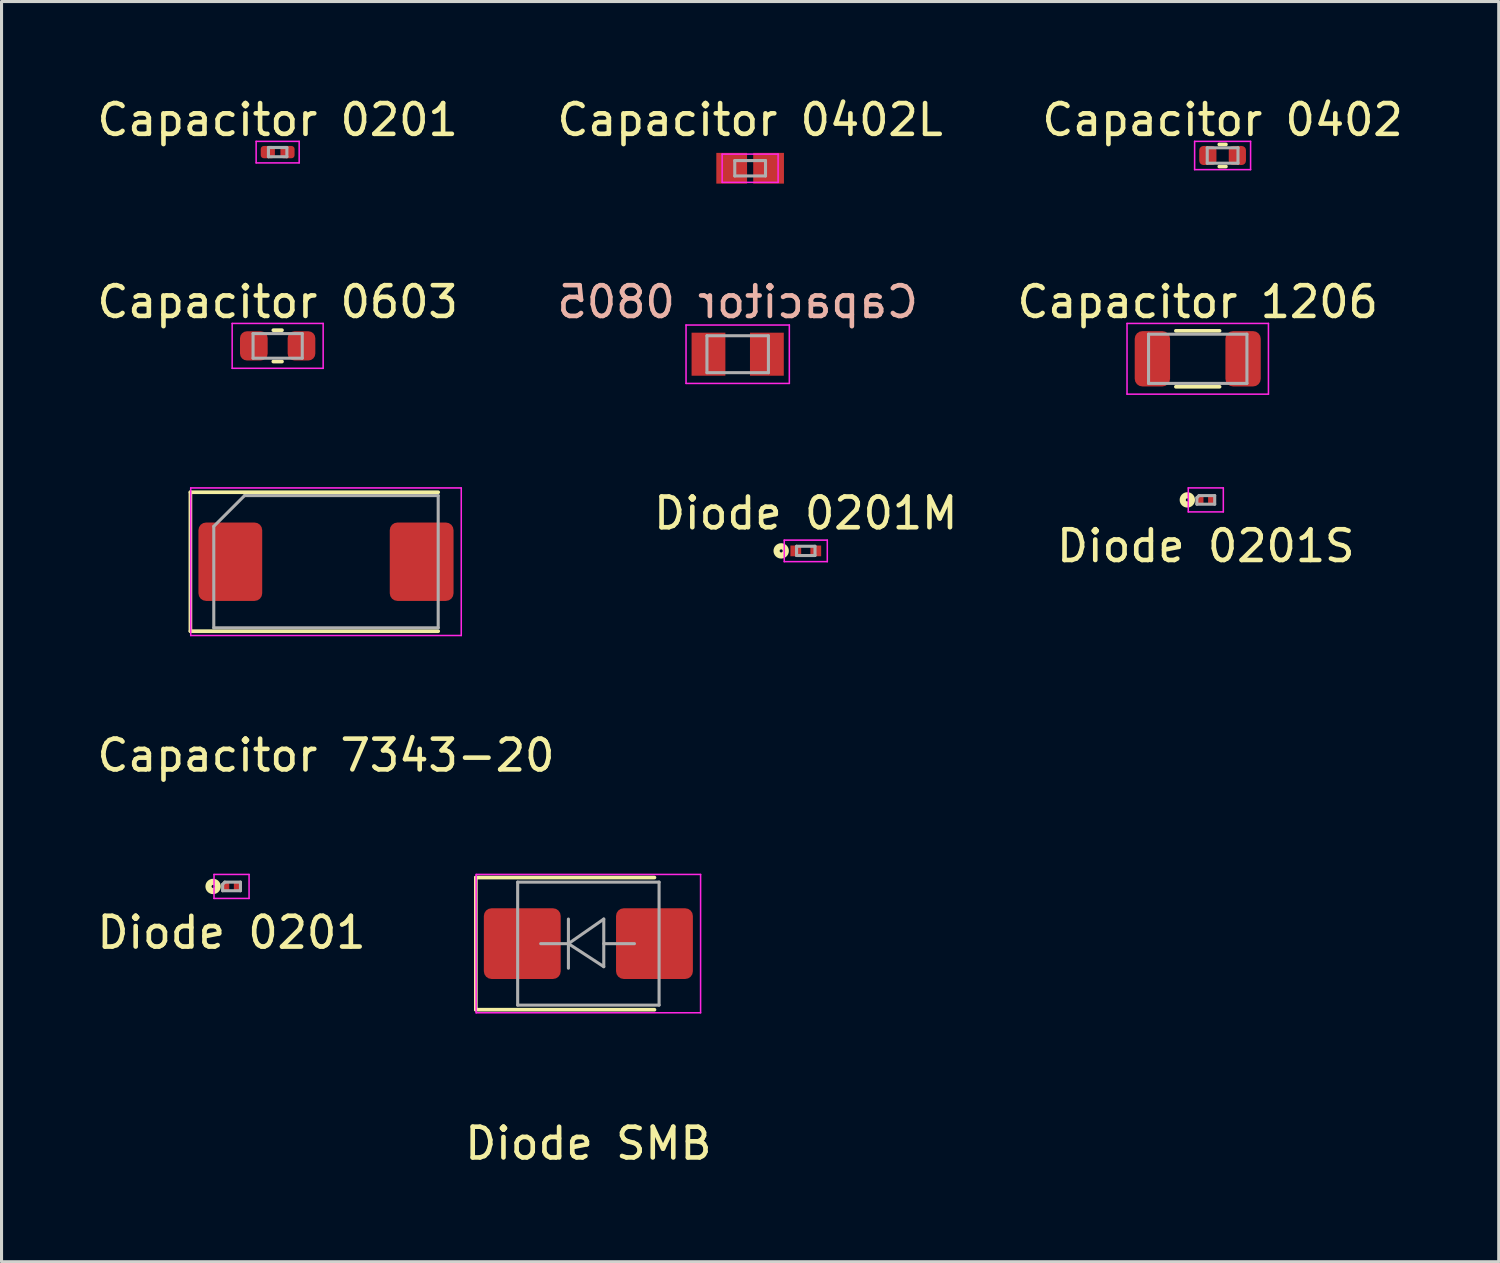
<source format=kicad_pcb>
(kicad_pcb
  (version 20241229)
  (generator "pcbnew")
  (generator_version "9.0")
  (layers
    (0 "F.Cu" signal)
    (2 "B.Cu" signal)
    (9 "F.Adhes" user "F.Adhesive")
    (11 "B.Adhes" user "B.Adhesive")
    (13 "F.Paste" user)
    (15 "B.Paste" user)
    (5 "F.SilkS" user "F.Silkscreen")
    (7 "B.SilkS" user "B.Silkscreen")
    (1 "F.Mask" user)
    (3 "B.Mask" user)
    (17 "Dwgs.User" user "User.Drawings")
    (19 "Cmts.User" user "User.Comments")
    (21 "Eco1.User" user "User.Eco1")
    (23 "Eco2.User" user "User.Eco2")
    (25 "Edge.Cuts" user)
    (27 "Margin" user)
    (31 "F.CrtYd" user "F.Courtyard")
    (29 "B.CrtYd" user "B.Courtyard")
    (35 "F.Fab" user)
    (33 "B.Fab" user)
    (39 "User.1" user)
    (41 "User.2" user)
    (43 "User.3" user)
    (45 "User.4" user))
  (footprint "Capacitor 7343-20"
    (layer "F.Cu")
    (at 7.554 15.222)
    (property "Reference" "Capacitor 7343-20" (at 0 6.3 0) (layer "F.SilkS") (effects (font (size 1 1) (thickness 0.15))))
    (attr smd)
    (fp_line (start -4.41 -2.26) (end -4.41 2.26) (stroke (width 0.12) (type solid)) (layer "F.SilkS"))
    (fp_line (start -4.41 2.26) (end 3.65 2.26) (stroke (width 0.12) (type solid)) (layer "F.SilkS"))
    (fp_line (start 3.65 -2.26) (end -4.41 -2.26) (stroke (width 0.12) (type solid)) (layer "F.SilkS"))
    (fp_line (start -4.4 -2.4) (end 4.4 -2.4) (stroke (width 0.05) (type solid)) (layer "F.CrtYd"))
    (fp_line (start -4.4 2.4) (end -4.4 -2.4) (stroke (width 0.05) (type solid)) (layer "F.CrtYd"))
    (fp_line (start 4.4 -2.4) (end 4.4 2.4) (stroke (width 0.05) (type solid)) (layer "F.CrtYd"))
    (fp_line (start 4.4 2.4) (end -4.4 2.4) (stroke (width 0.05) (type solid)) (layer "F.CrtYd"))
    (fp_line (start -3.65 -1.15) (end -3.65 2.15) (stroke (width 0.1) (type solid)) (layer "F.Fab"))
    (fp_line (start -3.65 2.15) (end 3.65 2.15) (stroke (width 0.1) (type solid)) (layer "F.Fab"))
    (fp_line (start -2.65 -2.15) (end -3.65 -1.15) (stroke (width 0.1) (type solid)) (layer "F.Fab"))
    (fp_line (start 3.65 -2.15) (end -2.65 -2.15) (stroke (width 0.1) (type solid)) (layer "F.Fab"))
    (fp_line (start 3.65 2.15) (end 3.65 -2.15) (stroke (width 0.1) (type solid)) (layer "F.Fab"))
    (pad "1" smd roundrect (at -3.112 0) (size 2.075 2.55) (layers "F.Cu" "F.Mask" "F.Paste") (roundrect_rratio 0.12))
    (pad "2" smd roundrect (at 3.112 0) (size 2.075 2.55) (layers "F.Cu" "F.Mask" "F.Paste") (roundrect_rratio 0.12)))
  (footprint "Diode 0201S"
    (layer "F.Cu")
    (at 36.173 13.211)
    (property "Reference" "Diode 0201S" (at 0 1.5 0) (layer "F.SilkS") (effects (font (size 1 1) (thickness 0.15))))
    (attr smd)
    (fp_circle (center -0.6 0) (end -0.55 0) (stroke (width 0.2) (type default)) (fill no) (layer "F.SilkS"))
    (fp_line (start -0.57 -0.39) (end -0.57 0.39) (stroke (width 0.05) (type solid)) (layer "F.CrtYd"))
    (fp_line (start -0.57 0.39) (end 0.57 0.39) (stroke (width 0.05) (type solid)) (layer "F.CrtYd"))
    (fp_line (start 0.57 -0.39) (end -0.57 -0.39) (stroke (width 0.05) (type solid)) (layer "F.CrtYd"))
    (fp_line (start 0.57 0.39) (end 0.57 -0.39) (stroke (width 0.05) (type solid)) (layer "F.CrtYd"))
    (fp_line (start -0.29 -0.07) (end -0.22 -0.14) (stroke (width 0.1) (type solid)) (layer "F.Fab"))
    (fp_line (start -0.29 0.14) (end -0.29 -0.07) (stroke (width 0.1) (type solid)) (layer "F.Fab"))
    (fp_line (start -0.22 -0.14) (end 0.29 -0.14) (stroke (width 0.1) (type solid)) (layer "F.Fab"))
    (fp_line (start 0.29 -0.14) (end 0.29 0.14) (stroke (width 0.1) (type solid)) (layer "F.Fab"))
    (fp_line (start 0.29 0.14) (end -0.29 0.14) (stroke (width 0.1) (type solid)) (layer "F.Fab"))
    (pad "" smd roundrect (at -0.185 0) (size 0.21 0.29) (layers "F.Paste") (roundrect_rratio 0.476))
    (pad "" smd roundrect (at 0.185 0) (size 0.21 0.29) (layers "F.Paste") (roundrect_rratio 0.476))
    (pad "1" smd roundrect (at -0.185 0) (size 0.22 0.3) (layers "F.Cu" "F.Mask") (roundrect_rratio 0.25))
    (pad "2" smd roundrect (at 0.185 0) (size 0.22 0.3) (layers "F.Cu" "F.Mask") (roundrect_rratio 0.25)))
  (footprint "Capacitor 0201"
    (layer "F.Cu")
    (at 5.982 1.898)
    (property "Reference" "Capacitor 0201" (at 0 -1.05 0) (layer "F.SilkS") (effects (font (size 1 1) (thickness 0.15))))
    (attr smd)
    (fp_line (start -0.7 -0.35) (end 0.7 -0.35) (stroke (width 0.05) (type solid)) (layer "F.CrtYd"))
    (fp_line (start -0.7 0.35) (end -0.7 -0.35) (stroke (width 0.05) (type solid)) (layer "F.CrtYd"))
    (fp_line (start 0.7 -0.35) (end 0.7 0.35) (stroke (width 0.05) (type solid)) (layer "F.CrtYd"))
    (fp_line (start 0.7 0.35) (end -0.7 0.35) (stroke (width 0.05) (type solid)) (layer "F.CrtYd"))
    (fp_line (start -0.3 -0.15) (end 0.3 -0.15) (stroke (width 0.1) (type solid)) (layer "F.Fab"))
    (fp_line (start -0.3 0.15) (end -0.3 -0.15) (stroke (width 0.1) (type solid)) (layer "F.Fab"))
    (fp_line (start 0.3 -0.15) (end 0.3 0.15) (stroke (width 0.1) (type solid)) (layer "F.Fab"))
    (fp_line (start 0.3 0.15) (end -0.3 0.15) (stroke (width 0.1) (type solid)) (layer "F.Fab"))
    (pad "" smd roundrect (at -0.345 0) (size 0.318 0.36) (layers "F.Paste") (roundrect_rratio 0.25))
    (pad "" smd roundrect (at 0.345 0) (size 0.318 0.36) (layers "F.Paste") (roundrect_rratio 0.25))
    (pad "1" smd roundrect (at -0.32 0) (size 0.46 0.4) (layers "F.Cu" "F.Mask") (roundrect_rratio 0.25))
    (pad "2" smd roundrect (at 0.32 0) (size 0.46 0.4) (layers "F.Cu" "F.Mask") (roundrect_rratio 0.25)))
  (footprint "Capacitor 0603"
    (layer "F.Cu")
    (at 5.982 8.201)
    (property "Reference" "Capacitor 0603" (at 0 -1.43 0) (layer "F.SilkS") (effects (font (size 1 1) (thickness 0.15))))
    (attr smd)
    (fp_line (start -0.141 -0.51) (end 0.141 -0.51) (stroke (width 0.12) (type solid)) (layer "F.SilkS"))
    (fp_line (start -0.141 0.51) (end 0.141 0.51) (stroke (width 0.12) (type solid)) (layer "F.SilkS"))
    (fp_line (start -1.48 -0.73) (end 1.48 -0.73) (stroke (width 0.05) (type solid)) (layer "F.CrtYd"))
    (fp_line (start -1.48 0.73) (end -1.48 -0.73) (stroke (width 0.05) (type solid)) (layer "F.CrtYd"))
    (fp_line (start 1.48 -0.73) (end 1.48 0.73) (stroke (width 0.05) (type solid)) (layer "F.CrtYd"))
    (fp_line (start 1.48 0.73) (end -1.48 0.73) (stroke (width 0.05) (type solid)) (layer "F.CrtYd"))
    (fp_line (start -0.8 -0.4) (end 0.8 -0.4) (stroke (width 0.1) (type solid)) (layer "F.Fab"))
    (fp_line (start -0.8 0.4) (end -0.8 -0.4) (stroke (width 0.1) (type solid)) (layer "F.Fab"))
    (fp_line (start 0.8 -0.4) (end 0.8 0.4) (stroke (width 0.1) (type solid)) (layer "F.Fab"))
    (fp_line (start 0.8 0.4) (end -0.8 0.4) (stroke (width 0.1) (type solid)) (layer "F.Fab"))
    (pad "1" smd roundrect (at -0.775 0) (size 0.9 0.95) (layers "F.Cu" "F.Mask" "F.Paste") (roundrect_rratio 0.25))
    (pad "2" smd roundrect (at 0.775 0) (size 0.9 0.95) (layers "F.Cu" "F.Mask" "F.Paste") (roundrect_rratio 0.25)))
  (footprint "Diode 0201M"
    (layer "F.Cu")
    (at 23.161 14.87)
    (property "Reference" "Diode 0201M" (at 0 -1.225 0) (layer "F.SilkS") (effects (font (size 1 1) (thickness 0.15))))
    (attr smd)
    (fp_circle (center -0.8 0) (end -0.75 0) (stroke (width 0.2) (type default)) (fill no) (layer "F.SilkS"))
    (fp_line (start -0.7 -0.35) (end 0.7 -0.35) (stroke (width 0.05) (type solid)) (layer "F.CrtYd"))
    (fp_line (start -0.7 0.35) (end -0.7 -0.35) (stroke (width 0.05) (type solid)) (layer "F.CrtYd"))
    (fp_line (start 0.7 -0.35) (end 0.7 0.35) (stroke (width 0.05) (type solid)) (layer "F.CrtYd"))
    (fp_line (start 0.7 0.35) (end -0.7 0.35) (stroke (width 0.05) (type solid)) (layer "F.CrtYd"))
    (fp_line (start -0.3 -0.15) (end 0.3 -0.15) (stroke (width 0.1) (type solid)) (layer "F.Fab"))
    (fp_line (start -0.3 0.15) (end -0.3 -0.15) (stroke (width 0.1) (type solid)) (layer "F.Fab"))
    (fp_line (start 0.3 -0.15) (end 0.3 0.15) (stroke (width 0.1) (type solid)) (layer "F.Fab"))
    (fp_line (start 0.3 0.15) (end -0.3 0.15) (stroke (width 0.1) (type solid)) (layer "F.Fab"))
    (pad "" smd roundrect (at -0.34 0) (size 0.28 0.32) (layers "F.Paste") (roundrect_rratio 0.1))
    (pad "" smd roundrect (at 0.34 0) (size 0.28 0.32) (layers "F.Paste") (roundrect_rratio 0.1))
    (pad "1" smd rect (at -0.325 0) (size 0.35 0.35) (layers "F.Cu" "F.Mask"))
    (pad "2" smd rect (at 0.325 0) (size 0.35 0.35) (layers "F.Cu" "F.Mask")))
  (footprint "Capacitor 0805"
    (layer "F.Cu")
    (at 20.946 8.472)
    (property "Reference" "Capacitor 0805" (at 0 -1.7 0) (layer "B.SilkS") (effects (font (size 1 1) (thickness 0.15)) (justify mirror)))
    (attr smd)
    (fp_line (start -1.68 -0.95) (end 1.68 -0.95) (stroke (width 0.05) (type solid)) (layer "F.CrtYd"))
    (fp_line (start -1.68 0.95) (end -1.68 -0.95) (stroke (width 0.05) (type solid)) (layer "F.CrtYd"))
    (fp_line (start 1.68 -0.95) (end 1.68 0.95) (stroke (width 0.05) (type solid)) (layer "F.CrtYd"))
    (fp_line (start 1.68 0.95) (end -1.68 0.95) (stroke (width 0.05) (type solid)) (layer "F.CrtYd"))
    (fp_line (start -1 -0.6) (end 1 -0.6) (stroke (width 0.1) (type solid)) (layer "F.Fab"))
    (fp_line (start -1 0.6) (end -1 -0.6) (stroke (width 0.1) (type solid)) (layer "F.Fab"))
    (fp_line (start 1 -0.6) (end 1 0.6) (stroke (width 0.1) (type solid)) (layer "F.Fab"))
    (fp_line (start 1 0.6) (end -1 0.6) (stroke (width 0.1) (type solid)) (layer "F.Fab"))
    (pad "1" smd rect (at -0.95 0) (size 1.1 1.4) (layers "F.Cu" "F.Mask" "F.Paste"))
    (pad "2" smd rect (at 0.95 0) (size 1.1 1.4) (layers "F.Cu" "F.Mask" "F.Paste")))
  (footprint "Diode SMB"
    (layer "F.Cu")
    (at 16.089 27.645)
    (property "Reference" "Diode SMB" (at 0 6.5 0) (layer "F.SilkS") (effects (font (size 1 1) (thickness 0.15))))
    (attr smd)
    (fp_line (start -3.66 -2.15) (end -3.66 2.15) (stroke (width 0.12) (type solid)) (layer "F.SilkS"))
    (fp_line (start -3.66 -2.15) (end 2.15 -2.15) (stroke (width 0.12) (type solid)) (layer "F.SilkS"))
    (fp_line (start -3.66 2.15) (end 2.15 2.15) (stroke (width 0.12) (type solid)) (layer "F.SilkS"))
    (fp_line (start -3.65 -2.25) (end 3.65 -2.25) (stroke (width 0.05) (type solid)) (layer "F.CrtYd"))
    (fp_line (start -3.65 2.25) (end -3.65 -2.25) (stroke (width 0.05) (type solid)) (layer "F.CrtYd"))
    (fp_line (start 3.65 -2.25) (end 3.65 2.25) (stroke (width 0.05) (type solid)) (layer "F.CrtYd"))
    (fp_line (start 3.65 2.25) (end -3.65 2.25) (stroke (width 0.05) (type solid)) (layer "F.CrtYd"))
    (fp_line (start -2.3 2) (end -2.3 -2) (stroke (width 0.1) (type solid)) (layer "F.Fab"))
    (fp_line (start -0.649 -0.799) (end -0.649 0.801) (stroke (width 0.1) (type solid)) (layer "F.Fab"))
    (fp_line (start -0.649 0.001) (end -1.551 0.001) (stroke (width 0.1) (type solid)) (layer "F.Fab"))
    (fp_line (start -0.649 0.001) (end 0.501 -0.799) (stroke (width 0.1) (type solid)) (layer "F.Fab"))
    (fp_line (start -0.649 0.001) (end 0.501 0.75) (stroke (width 0.1) (type solid)) (layer "F.Fab"))
    (fp_line (start 0.501 0.001) (end 1.499 0.001) (stroke (width 0.1) (type solid)) (layer "F.Fab"))
    (fp_line (start 0.501 0.75) (end 0.501 -0.799) (stroke (width 0.1) (type solid)) (layer "F.Fab"))
    (fp_line (start 2.3 -2) (end -2.3 -2) (stroke (width 0.1) (type solid)) (layer "F.Fab"))
    (fp_line (start 2.3 -2) (end 2.3 2) (stroke (width 0.1) (type solid)) (layer "F.Fab"))
    (fp_line (start 2.3 2) (end -2.3 2) (stroke (width 0.1) (type solid)) (layer "F.Fab"))
    (pad "1" smd roundrect (at -2.15 0) (size 2.5 2.3) (layers "F.Cu" "F.Mask" "F.Paste") (roundrect_rratio 0.109))
    (pad "2" smd roundrect (at 2.15 0) (size 2.5 2.3) (layers "F.Cu" "F.Mask" "F.Paste") (roundrect_rratio 0.109)))
  (footprint "Diode 0201"
    (layer "F.Cu")
    (at 4.482 25.785)
    (property "Reference" "Diode 0201" (at 0 1.5 0) (layer "F.SilkS") (effects (font (size 1 1) (thickness 0.15))))
    (attr smd)
    (fp_circle (center -0.6 0) (end -0.55 0) (stroke (width 0.2) (type default)) (fill no) (layer "F.SilkS"))
    (fp_line (start -0.57 -0.39) (end -0.57 0.39) (stroke (width 0.05) (type solid)) (layer "F.CrtYd"))
    (fp_line (start -0.57 0.39) (end 0.57 0.39) (stroke (width 0.05) (type solid)) (layer "F.CrtYd"))
    (fp_line (start 0.57 -0.39) (end -0.57 -0.39) (stroke (width 0.05) (type solid)) (layer "F.CrtYd"))
    (fp_line (start 0.57 0.39) (end 0.57 -0.39) (stroke (width 0.05) (type solid)) (layer "F.CrtYd"))
    (fp_line (start -0.29 -0.07) (end -0.22 -0.14) (stroke (width 0.1) (type solid)) (layer "F.Fab"))
    (fp_line (start -0.29 0.14) (end -0.29 -0.07) (stroke (width 0.1) (type solid)) (layer "F.Fab"))
    (fp_line (start -0.22 -0.14) (end 0.29 -0.14) (stroke (width 0.1) (type solid)) (layer "F.Fab"))
    (fp_line (start 0.29 -0.14) (end 0.29 0.14) (stroke (width 0.1) (type solid)) (layer "F.Fab"))
    (fp_line (start 0.29 0.14) (end -0.29 0.14) (stroke (width 0.1) (type solid)) (layer "F.Fab"))
    (pad "" smd roundrect (at -0.185 0) (size 0.21 0.29) (layers "F.Paste") (roundrect_rratio 0.476))
    (pad "" smd roundrect (at 0.185 0) (size 0.21 0.29) (layers "F.Paste") (roundrect_rratio 0.476))
    (pad "1" smd roundrect (at -0.185 0) (size 0.22 0.3) (layers "F.Cu" "F.Mask") (roundrect_rratio 0.25))
    (pad "2" smd roundrect (at 0.185 0) (size 0.22 0.3) (layers "F.Cu" "F.Mask") (roundrect_rratio 0.25)))
  (footprint "Capacitor 1206"
    (layer "F.Cu")
    (at 35.911 8.621)
    (property "Reference" "Capacitor 1206" (at 0 -1.85 0) (layer "F.SilkS") (effects (font (size 1 1) (thickness 0.15))))
    (attr smd)
    (fp_line (start -0.711 -0.91) (end 0.711 -0.91) (stroke (width 0.12) (type solid)) (layer "F.SilkS"))
    (fp_line (start -0.711 0.91) (end 0.711 0.91) (stroke (width 0.12) (type solid)) (layer "F.SilkS"))
    (fp_line (start -2.3 -1.15) (end 2.3 -1.15) (stroke (width 0.05) (type solid)) (layer "F.CrtYd"))
    (fp_line (start -2.3 1.15) (end -2.3 -1.15) (stroke (width 0.05) (type solid)) (layer "F.CrtYd"))
    (fp_line (start 2.3 -1.15) (end 2.3 1.15) (stroke (width 0.05) (type solid)) (layer "F.CrtYd"))
    (fp_line (start 2.3 1.15) (end -2.3 1.15) (stroke (width 0.05) (type solid)) (layer "F.CrtYd"))
    (fp_line (start -1.6 -0.8) (end 1.6 -0.8) (stroke (width 0.1) (type solid)) (layer "F.Fab"))
    (fp_line (start -1.6 0.8) (end -1.6 -0.8) (stroke (width 0.1) (type solid)) (layer "F.Fab"))
    (fp_line (start 1.6 -0.8) (end 1.6 0.8) (stroke (width 0.1) (type solid)) (layer "F.Fab"))
    (fp_line (start 1.6 0.8) (end -1.6 0.8) (stroke (width 0.1) (type solid)) (layer "F.Fab"))
    (pad "1" smd roundrect (at -1.475 0) (size 1.15 1.8) (layers "F.Cu" "F.Mask" "F.Paste") (roundrect_rratio 0.217))
    (pad "2" smd roundrect (at 1.475 0) (size 1.15 1.8) (layers "F.Cu" "F.Mask" "F.Paste") (roundrect_rratio 0.217)))
  (footprint "Capacitor 0402L"
    (layer "F.Cu")
    (at 21.351 2.423)
    (property "Reference" "Capacitor 0402L" (at 0 -1.575 0) (layer "F.SilkS") (effects (font (size 1 1) (thickness 0.15))))
    (attr smd)
    (fp_line (start -0.91 -0.46) (end 0.91 -0.46) (stroke (width 0.05) (type solid)) (layer "F.CrtYd"))
    (fp_line (start -0.91 0.46) (end -0.91 -0.46) (stroke (width 0.05) (type solid)) (layer "F.CrtYd"))
    (fp_line (start 0.91 -0.46) (end 0.91 0.46) (stroke (width 0.05) (type solid)) (layer "F.CrtYd"))
    (fp_line (start 0.91 0.46) (end -0.91 0.46) (stroke (width 0.05) (type solid)) (layer "F.CrtYd"))
    (fp_line (start -0.5 -0.25) (end 0.5 -0.25) (stroke (width 0.1) (type solid)) (layer "F.Fab"))
    (fp_line (start -0.5 0.25) (end -0.5 -0.25) (stroke (width 0.1) (type solid)) (layer "F.Fab"))
    (fp_line (start 0.5 -0.25) (end 0.5 0.25) (stroke (width 0.1) (type solid)) (layer "F.Fab"))
    (fp_line (start 0.5 0.25) (end -0.5 0.25) (stroke (width 0.1) (type solid)) (layer "F.Fab"))
    (pad "1" smd rect (at -0.6 0) (size 1 1) (layers "F.Cu" "F.Mask" "F.Paste"))
    (pad "2" smd rect (at 0.6 0) (size 1 1) (layers "F.Cu" "F.Mask" "F.Paste")))
  (footprint "Capacitor 0402"
    (layer "F.Cu")
    (at 36.72 2.008)
    (property "Reference" "Capacitor 0402" (at 0 -1.16 0) (layer "F.SilkS") (effects (font (size 1 1) (thickness 0.15))))
    (attr smd)
    (fp_line (start -0.108 -0.36) (end 0.108 -0.36) (stroke (width 0.12) (type solid)) (layer "F.SilkS"))
    (fp_line (start -0.108 0.36) (end 0.108 0.36) (stroke (width 0.12) (type solid)) (layer "F.SilkS"))
    (fp_line (start -0.91 -0.46) (end 0.91 -0.46) (stroke (width 0.05) (type solid)) (layer "F.CrtYd"))
    (fp_line (start -0.91 0.46) (end -0.91 -0.46) (stroke (width 0.05) (type solid)) (layer "F.CrtYd"))
    (fp_line (start 0.91 -0.46) (end 0.91 0.46) (stroke (width 0.05) (type solid)) (layer "F.CrtYd"))
    (fp_line (start 0.91 0.46) (end -0.91 0.46) (stroke (width 0.05) (type solid)) (layer "F.CrtYd"))
    (fp_line (start -0.5 -0.25) (end 0.5 -0.25) (stroke (width 0.1) (type solid)) (layer "F.Fab"))
    (fp_line (start -0.5 0.25) (end -0.5 -0.25) (stroke (width 0.1) (type solid)) (layer "F.Fab"))
    (fp_line (start 0.5 -0.25) (end 0.5 0.25) (stroke (width 0.1) (type solid)) (layer "F.Fab"))
    (fp_line (start 0.5 0.25) (end -0.5 0.25) (stroke (width 0.1) (type solid)) (layer "F.Fab"))
    (pad "1" smd roundrect (at -0.48 0) (size 0.56 0.62) (layers "F.Cu" "F.Mask" "F.Paste") (roundrect_rratio 0.25))
    (pad "2" smd roundrect (at 0.48 0) (size 0.56 0.62) (layers "F.Cu" "F.Mask" "F.Paste") (roundrect_rratio 0.25)))
  (gr_rect
    (start -3 -3)
    (end 45.702 37.993)
    (stroke (width 0.1) (type default))
    (fill no)
    (layer "Edge.Cuts")))
</source>
